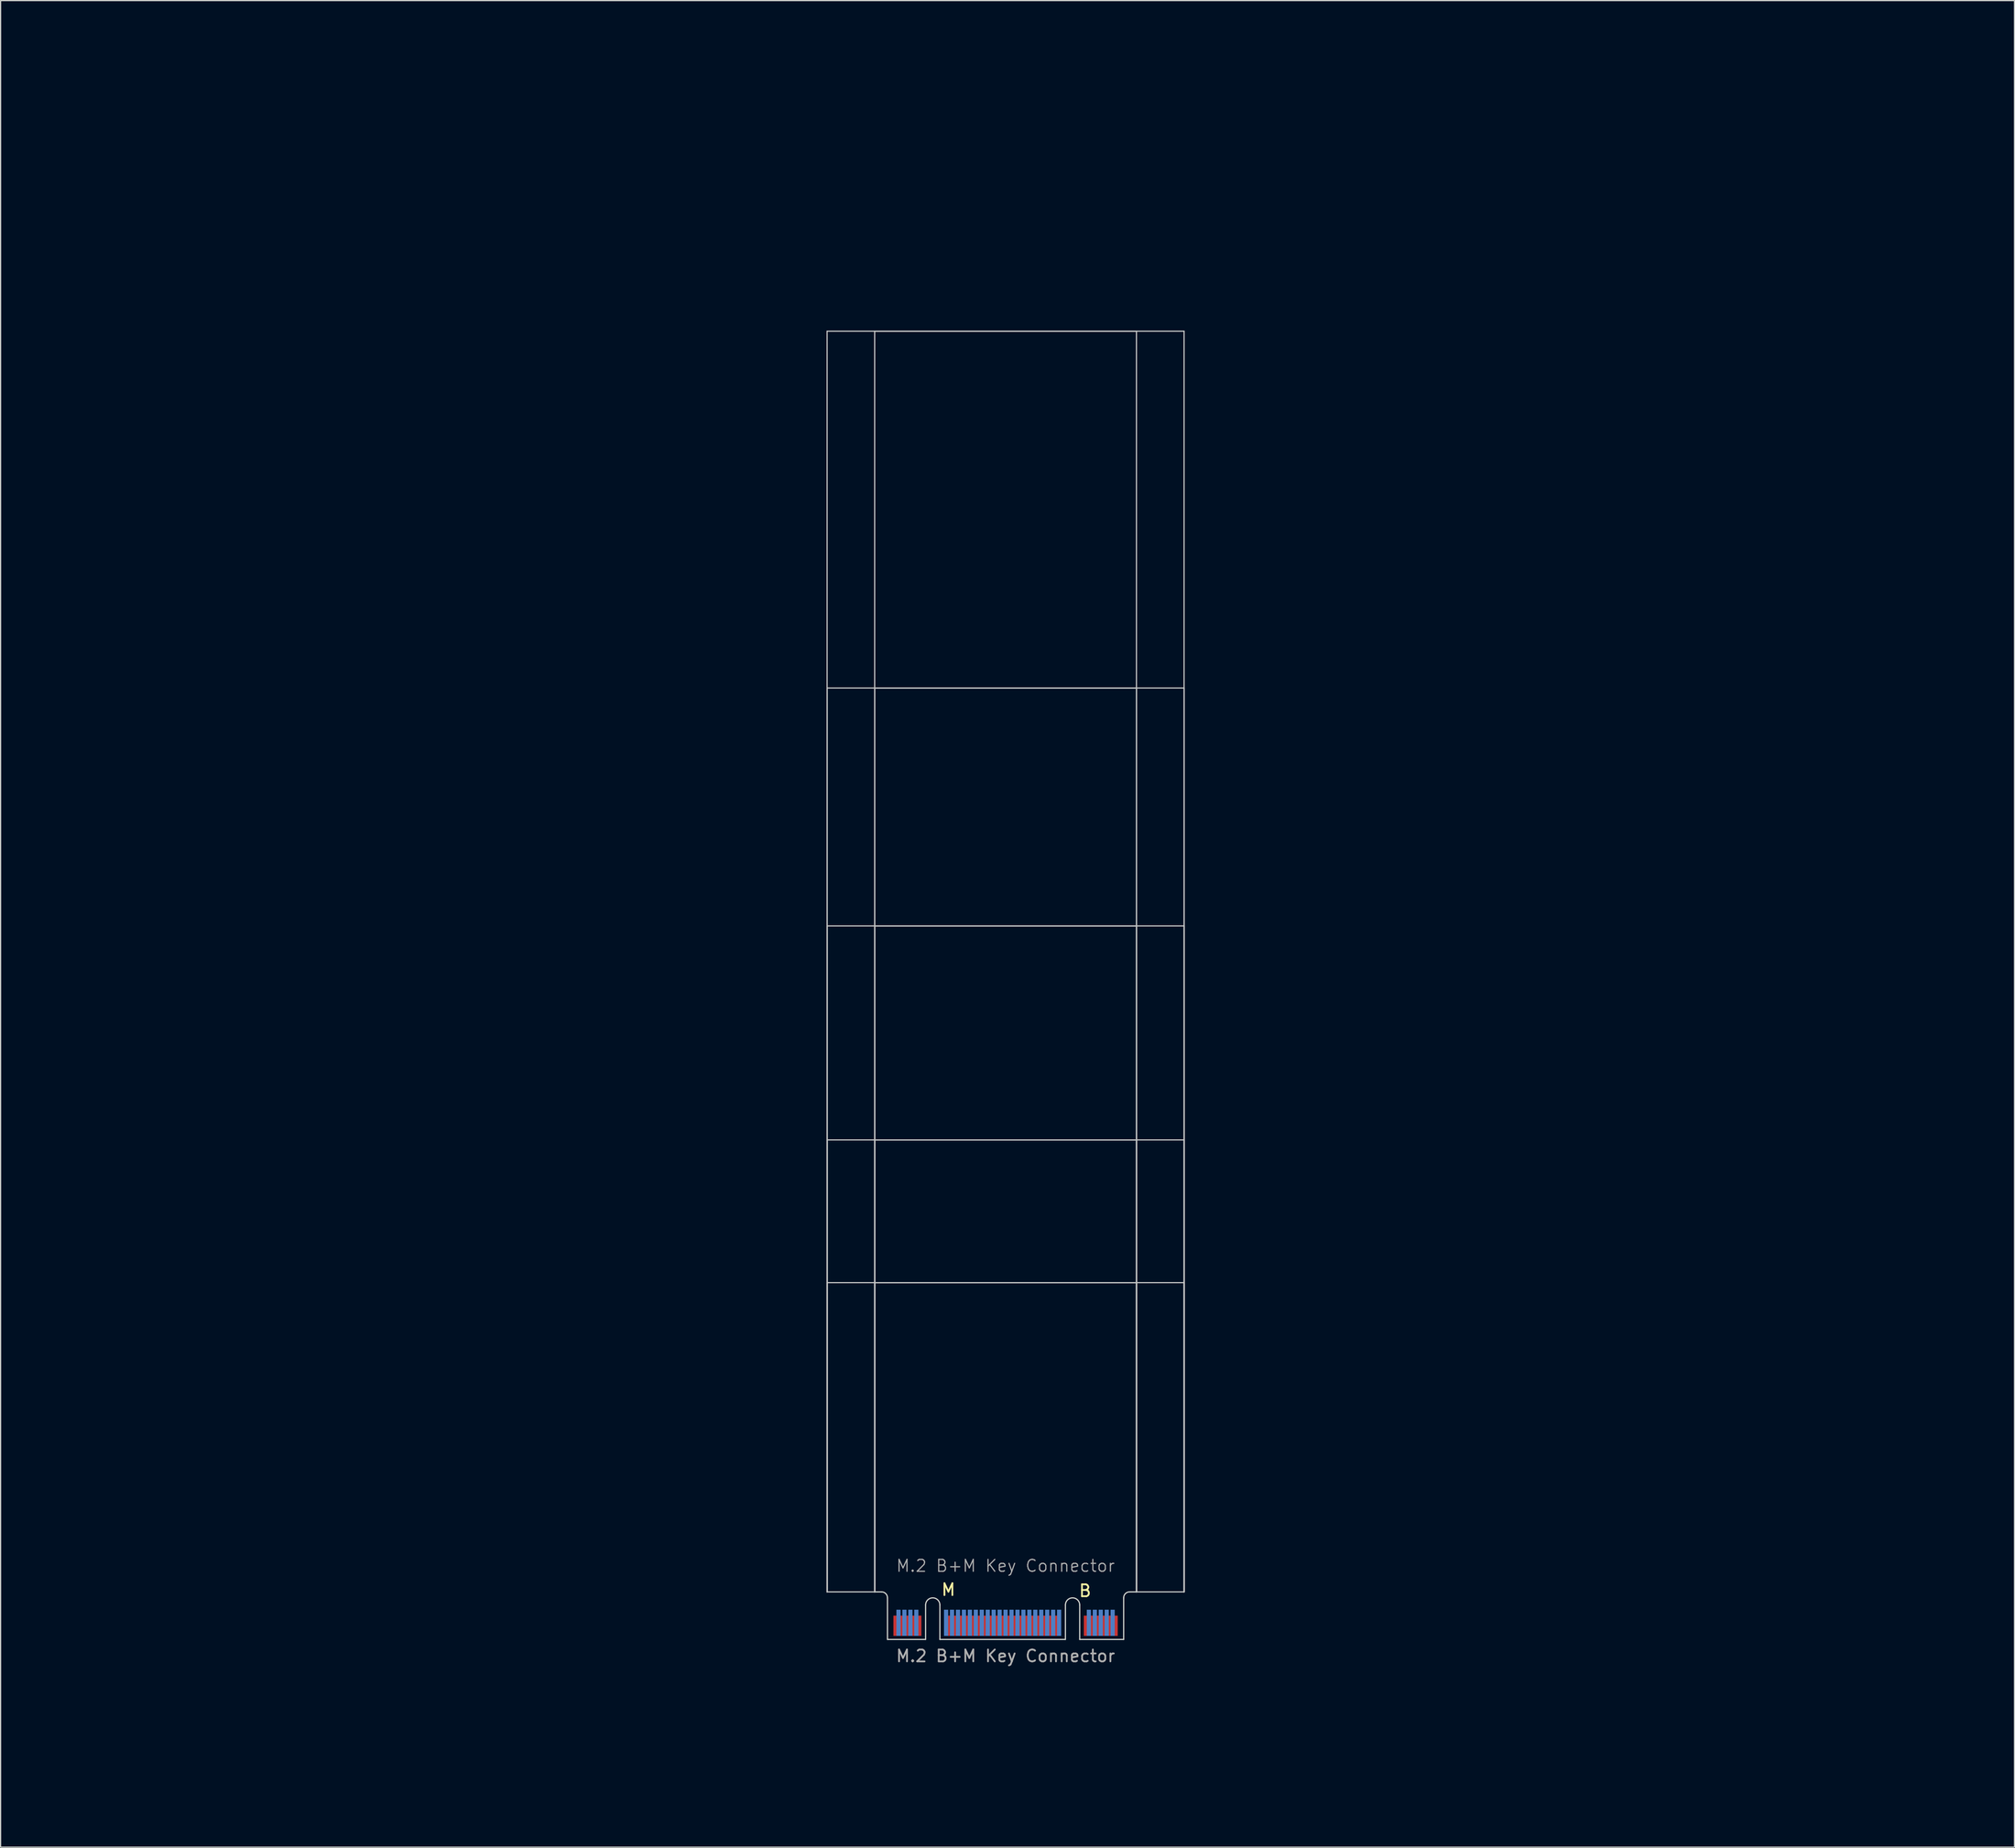
<source format=kicad_pcb>
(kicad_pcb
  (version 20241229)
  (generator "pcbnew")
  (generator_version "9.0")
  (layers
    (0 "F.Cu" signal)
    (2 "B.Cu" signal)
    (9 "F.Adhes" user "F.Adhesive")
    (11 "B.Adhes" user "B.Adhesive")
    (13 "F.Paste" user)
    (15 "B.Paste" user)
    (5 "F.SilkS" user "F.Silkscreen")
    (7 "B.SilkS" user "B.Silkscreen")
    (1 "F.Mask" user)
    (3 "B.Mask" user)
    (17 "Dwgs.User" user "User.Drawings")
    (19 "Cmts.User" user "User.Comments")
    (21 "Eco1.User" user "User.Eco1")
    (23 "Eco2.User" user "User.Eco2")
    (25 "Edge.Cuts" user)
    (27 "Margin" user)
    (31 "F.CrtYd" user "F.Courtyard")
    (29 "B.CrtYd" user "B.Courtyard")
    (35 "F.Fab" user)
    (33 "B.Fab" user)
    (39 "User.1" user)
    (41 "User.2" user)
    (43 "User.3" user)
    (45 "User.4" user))
  (footprint "M.2 B+M Key Connector"
    (layer "F.Cu")
    (at 81.459 133.687)
    (property "Reference" "M.2 B+M Key Connector" (at 0 -5.08 0) (unlocked yes) (layer "F.Fab") (effects (font (size 1 1) (thickness 0.1))))
    (attr exclude_from_pos_files exclude_from_bom)
    (fp_rect (start -9.925 -0.94) (end 9.925 1.11) (stroke (width 0) (type default)) (fill yes) (layer "F.Mask"))
    (fp_rect (start -9.925 -1.44) (end 9.925 1.11) (stroke (width 0) (type default)) (fill yes) (layer "B.Mask"))
    (fp_line (start -15 -108.89) (end 15 -108.89) (stroke (width 0.1) (type default)) (layer "Dwgs.User"))
    (fp_line (start -15 -78.89) (end 15 -78.89) (stroke (width 0.1) (type default)) (layer "Dwgs.User"))
    (fp_line (start -15 -58.89) (end 15 -58.89) (stroke (width 0.1) (type default)) (layer "Dwgs.User"))
    (fp_line (start -15 -40.89) (end 15 -40.89) (stroke (width 0.1) (type default)) (layer "Dwgs.User"))
    (fp_line (start -15 -28.89) (end 15 -28.89) (stroke (width 0.1) (type default)) (layer "Dwgs.User"))
    (fp_line (start -15 -2.89) (end -15 -108.89) (stroke (width 0.1) (type default)) (layer "Dwgs.User"))
    (fp_line (start -15 -2.89) (end -15 -78.89) (stroke (width 0.1) (type default)) (layer "Dwgs.User"))
    (fp_line (start -15 -2.89) (end -15 -58.89) (stroke (width 0.1) (type default)) (layer "Dwgs.User"))
    (fp_line (start -15 -2.89) (end -15 -40.89) (stroke (width 0.1) (type default)) (layer "Dwgs.User"))
    (fp_line (start -15 -2.89) (end -15 -28.89) (stroke (width 0.1) (type default)) (layer "Dwgs.User"))
    (fp_line (start -11 -108.89) (end 11 -108.89) (stroke (width 0.1) (type default)) (layer "Dwgs.User"))
    (fp_line (start -11 -78.89) (end 11 -78.89) (stroke (width 0.1) (type default)) (layer "Dwgs.User"))
    (fp_line (start -11 -58.89) (end 11 -58.89) (stroke (width 0.1) (type default)) (layer "Dwgs.User"))
    (fp_line (start -11 -40.89) (end 11 -40.89) (stroke (width 0.1) (type default)) (layer "Dwgs.User"))
    (fp_line (start -11 -28.89) (end 11 -28.89) (stroke (width 0.1) (type default)) (layer "Dwgs.User"))
    (fp_line (start -11 -2.89) (end -15 -2.89) (stroke (width 0.1) (type default)) (layer "Dwgs.User"))
    (fp_line (start -11 -2.89) (end -11 -108.89) (stroke (width 0.1) (type default)) (layer "Dwgs.User"))
    (fp_line (start -11 -2.89) (end -11 -78.89) (stroke (width 0.1) (type default)) (layer "Dwgs.User"))
    (fp_line (start -11 -2.89) (end -11 -58.89) (stroke (width 0.1) (type default)) (layer "Dwgs.User"))
    (fp_line (start -11 -2.89) (end -11 -40.89) (stroke (width 0.1) (type default)) (layer "Dwgs.User"))
    (fp_line (start -11 -2.89) (end -11 -28.89) (stroke (width 0.1) (type default)) (layer "Dwgs.User"))
    (fp_line (start 11 -108.89) (end 11 -2.89) (stroke (width 0.1) (type default)) (layer "Dwgs.User"))
    (fp_line (start 11 -78.89) (end 11 -2.89) (stroke (width 0.1) (type default)) (layer "Dwgs.User"))
    (fp_line (start 11 -58.89) (end 11 -2.89) (stroke (width 0.1) (type default)) (layer "Dwgs.User"))
    (fp_line (start 11 -40.89) (end 11 -2.89) (stroke (width 0.1) (type default)) (layer "Dwgs.User"))
    (fp_line (start 11 -28.89) (end 11 -2.89) (stroke (width 0.1) (type default)) (layer "Dwgs.User"))
    (fp_line (start 11 -2.89) (end 15 -2.89) (stroke (width 0.1) (type default)) (layer "Dwgs.User"))
    (fp_line (start 15 -108.89) (end 15 -2.89) (stroke (width 0.1) (type default)) (layer "Dwgs.User"))
    (fp_line (start 15 -78.89) (end 15 -2.89) (stroke (width 0.1) (type default)) (layer "Dwgs.User"))
    (fp_line (start 15 -40.89) (end 15 -2.89) (stroke (width 0.1) (type default)) (layer "Dwgs.User"))
    (fp_line (start 15 -28.89) (end 15 -2.89) (stroke (width 0.1) (type default)) (layer "Dwgs.User"))
    (fp_line (start 15 -2.89) (end 15 -58.89) (stroke (width 0.1) (type default)) (layer "Dwgs.User"))
    (fp_line (start -11 -2.89) (end -10.425 -2.89) (stroke (width 0.1) (type default)) (layer "Edge.Cuts"))
    (fp_line (start -9.925 -2.39) (end -9.925 1.11) (stroke (width 0.1) (type default)) (layer "Edge.Cuts"))
    (fp_line (start -6.72 -1.79) (end -6.72 1.11) (stroke (width 0.1) (type default)) (layer "Edge.Cuts"))
    (fp_line (start -6.72 1.11) (end -9.925 1.11) (stroke (width 0.1) (type default)) (layer "Edge.Cuts"))
    (fp_line (start -5.52 -1.79) (end -5.52 1.11) (stroke (width 0.1) (type default)) (layer "Edge.Cuts"))
    (fp_line (start -5.52 1.11) (end 5.03 1.11) (stroke (width 0.1) (type default)) (layer "Edge.Cuts"))
    (fp_line (start 5.03 -1.79) (end 5.03 1.11) (stroke (width 0.1) (type default)) (layer "Edge.Cuts"))
    (fp_line (start 6.23 -1.79) (end 6.23 1.11) (stroke (width 0.1) (type default)) (layer "Edge.Cuts"))
    (fp_line (start 6.23 1.11) (end 9.925 1.11) (stroke (width 0.1) (type default)) (layer "Edge.Cuts"))
    (fp_line (start 9.925 -2.39) (end 9.925 1.11) (stroke (width 0.1) (type default)) (layer "Edge.Cuts"))
    (fp_line (start 10.425 -2.89) (end 11 -2.89) (stroke (width 0.1) (type default)) (layer "Edge.Cuts"))
    (fp_arc (start -10.425 -2.89) (mid -10.071447 -2.743553) (end -9.925 -2.39) (stroke (width 0.1) (type default)) (layer "Edge.Cuts"))
    (fp_arc (start -6.72 -1.79) (mid -6.12 -2.39) (end -5.52 -1.79) (stroke (width 0.1) (type default)) (layer "Edge.Cuts"))
    (fp_arc (start 5.03 -1.79) (mid 5.63 -2.39) (end 6.23 -1.79) (stroke (width 0.1) (type default)) (layer "Edge.Cuts"))
    (fp_arc (start 9.925 -2.39) (mid 10.071447 -2.743553) (end 10.425 -2.89) (stroke (width 0.1) (type default)) (layer "Edge.Cuts"))
    (fp_line (start -0.71 -109.6) (end 0.71 -108.18) (stroke (width 0.15) (type default)) (layer "User.3"))
    (fp_line (start -0.71 -79.6) (end 0.71 -78.18) (stroke (width 0.15) (type default)) (layer "User.3"))
    (fp_line (start -0.71 -59.6) (end 0.71 -58.18) (stroke (width 0.15) (type default)) (layer "User.3"))
    (fp_line (start -0.71 -41.6) (end 0.71 -40.18) (stroke (width 0.15) (type default)) (layer "User.3"))
    (fp_line (start -0.71 -29.6) (end 0.71 -28.18) (stroke (width 0.15) (type default)) (layer "User.3"))
    (fp_line (start 0.71 -109.6) (end -0.71 -108.18) (stroke (width 0.15) (type default)) (layer "User.3"))
    (fp_line (start 0.71 -79.6) (end -0.71 -78.18) (stroke (width 0.15) (type default)) (layer "User.3"))
    (fp_line (start 0.71 -59.6) (end -0.71 -58.18) (stroke (width 0.15) (type default)) (layer "User.3"))
    (fp_line (start 0.71 -41.6) (end -0.71 -40.18) (stroke (width 0.15) (type default)) (layer "User.3"))
    (fp_line (start 0.71 -29.6) (end -0.71 -28.18) (stroke (width 0.15) (type default)) (layer "User.3"))
    (fp_rect (start -15 -108.89) (end 15 -105.09) (stroke (width 0.1) (type default)) (fill no) (layer "User.4"))
    (fp_rect (start -15 -78.89) (end 15 -75.09) (stroke (width 0.1) (type default)) (fill no) (layer "User.4"))
    (fp_rect (start -15 -58.89) (end 15 -55.09) (stroke (width 0.1) (type default)) (fill no) (layer "User.4"))
    (fp_rect (start -15 -40.89) (end 15 -37.09) (stroke (width 0.1) (type default)) (fill no) (layer "User.4"))
    (fp_rect (start -15 -28.89) (end 15 -25.09) (stroke (width 0.1) (type default)) (fill no) (layer "User.4"))
    (fp_text user "B" (at 6.085 -2.395 0) (unlocked yes) (layer "F.SilkS") (effects (font (size 1 1) (thickness 0.15)) (justify left bottom)))
    (fp_text user "M" (at -5.475 -2.49 0) (unlocked yes) (layer "F.SilkS") (effects (font (size 1 1) (thickness 0.15)) (justify left bottom)))
    (fp_text user "${REFERENCE}" (at 0 2.5 0) (unlocked yes) (layer "F.Fab") (effects (font (size 1 1) (thickness 0.15))))
    (fp_text user "22, 30mm width and 30, 42, 60, 80, 110mm length shown in Blue (User.2 Layer)" (at 0.02 14.055 0) (unlocked yes) (layer "User.2") (effects (font (size 2 2) (thickness 0.2))))
    (fp_text user "Place grounded \"M.2 Mounting Pad\" footprint from library on Teal (User.3 Layer) X's" (at -0.13 9.4 0) (unlocked yes) (layer "User.3") (effects (font (size 2 2) (thickness 0.2))))
    (fp_text user "Yellow areas (User.4 Layer) reserverd for RF recepticals or for components when no RF recepticals used." (at 0.165 4.83 0) (unlocked yes) (layer "User.4") (effects (font (size 2 2) (thickness 0.2))))
    (dimension (type orthogonal) (layer "User.2") (pts (xy 91.384 134.797) (xy 91.384 74.797)) (height 45.245) (orientation 1) (format (prefix "") (suffix "") (units 3) (units_format 0) (precision 4) (suppress_zeroes yes)) (style (thickness 0.1) (arrow_length 1.27) (text_position_mode 0) (arrow_direction outward) (extension_height 0.586) (extension_offset 0.5) (keep_text_aligned yes)) (gr_text "60" (at 133.329 104.797 90) (layer "User.2") (effects (font (size 3 3) (thickness 0.3)))))
    (dimension (type orthogonal) (layer "User.2") (pts (xy 91.369 134.797) (xy 91.369 54.797)) (height 58.985) (orientation 1) (format (prefix "") (suffix "") (units 3) (units_format 0) (precision 4) (suppress_zeroes yes)) (style (thickness 0.1) (arrow_length 1.27) (text_position_mode 0) (arrow_direction outward) (extension_height 0.586) (extension_offset 0.5) (keep_text_aligned yes)) (gr_text "80" (at 147.054 94.797 90) (layer "User.2") (effects (font (size 3 3) (thickness 0.3)))))
    (dimension (type orthogonal) (layer "User.2") (pts (xy 91.384 134.797) (xy 91.384 24.797)) (height 69.74) (orientation 1) (format (prefix "") (suffix "") (units 3) (units_format 0) (precision 4) (suppress_zeroes yes)) (style (thickness 0.1) (arrow_length 1.27) (text_position_mode 0) (arrow_direction outward) (extension_height 0.586) (extension_offset 0.5) (keep_text_aligned yes)) (gr_text "110" (at 157.824 79.797 90) (layer "User.2") (effects (font (size 3 3) (thickness 0.3)))))
    (dimension (type orthogonal) (layer "User.2") (pts (xy 70.459 24.797) (xy 92.459 24.797)) (height -12.48) (orientation 0) (format (prefix "") (suffix "") (units 3) (units_format 0) (precision 4) (suppress_zeroes yes)) (style (thickness 0.1) (arrow_length 1.27) (text_position_mode 0) (arrow_direction outward) (extension_height 0.586) (extension_offset 0.5) (keep_text_aligned yes)) (gr_text "22" (at 81.459 8.917 0) (layer "User.2") (effects (font (size 3 3) (thickness 0.4)))))
    (dimension (type orthogonal) (layer "User.2") (pts (xy 91.384 134.797) (xy 91.384 104.797)) (height 20.795) (orientation 1) (format (prefix "") (suffix "") (units 3) (units_format 0) (precision 4) (suppress_zeroes yes)) (style (thickness 0.1) (arrow_length 1.27) (text_position_mode 0) (arrow_direction outward) (extension_height 0.586) (extension_offset 0.5) (keep_text_aligned yes)) (gr_text "30" (at 108.879 119.797 90) (layer "User.2") (effects (font (size 3 3) (thickness 0.3)))))
    (dimension (type orthogonal) (layer "User.2") (pts (xy 91.384 134.797) (xy 91.384 92.797)) (height 32.695) (orientation 1) (format (prefix "") (suffix "") (units 3) (units_format 0) (precision 4) (suppress_zeroes yes)) (style (thickness 0.1) (arrow_length 1.27) (text_position_mode 0) (arrow_direction outward) (extension_height 0.586) (extension_offset 0.5) (keep_text_aligned yes)) (gr_text "42" (at 120.779 113.797 90) (layer "User.2") (effects (font (size 3 3) (thickness 0.3)))))
    (dimension (type orthogonal) (layer "User.2") (pts (xy 66.459 23.687) (xy 96.459 23.687)) (height -17.83) (orientation 0) (format (prefix "") (suffix "") (units 3) (units_format 0) (precision 4) (suppress_zeroes yes)) (style (thickness 0.1) (arrow_length 1.27) (text_position_mode 0) (arrow_direction outward) (extension_height 0.586) (extension_offset 0.5) (keep_text_aligned yes)) (gr_text "30" (at 81.459 2.457 0) (layer "User.2") (effects (font (size 3 3) (thickness 0.4)))))
    (pad "1" smd rect (at 9.25 -0.04 180) (size 0.35 1.7) (layers "F.Cu"))
    (pad "2" smd rect (at 9 -0.29 180) (size 0.35 2.2) (layers "B.Cu"))
    (pad "3" smd rect (at 8.75 -0.04 180) (size 0.35 1.7) (layers "F.Cu"))
    (pad "4" smd rect (at 8.5 -0.29 180) (size 0.35 2.2) (layers "B.Cu"))
    (pad "5" smd rect (at 8.25 -0.04 180) (size 0.35 1.7) (layers "F.Cu"))
    (pad "6" smd rect (at 8 -0.29 180) (size 0.35 2.2) (layers "B.Cu"))
    (pad "7" smd rect (at 7.75 -0.04 180) (size 0.35 1.7) (layers "F.Cu"))
    (pad "8" smd rect (at 7.5 -0.29 180) (size 0.35 2.2) (layers "B.Cu"))
    (pad "9" smd rect (at 7.25 -0.04 180) (size 0.35 1.7) (layers "F.Cu"))
    (pad "10" smd rect (at 7 -0.29 180) (size 0.35 2.2) (layers "B.Cu"))
    (pad "11" smd rect (at 6.75 -0.04 180) (size 0.35 1.7) (layers "F.Cu"))
    (pad "20" smd rect (at 4.5 -0.29 180) (size 0.35 2.2) (layers "B.Cu"))
    (pad "21" smd rect (at 4.25 -0.04 180) (size 0.35 1.7) (layers "F.Cu"))
    (pad "22" smd rect (at 4 -0.29 180) (size 0.35 2.2) (layers "B.Cu"))
    (pad "23" smd rect (at 3.75 -0.04 180) (size 0.35 1.7) (layers "F.Cu"))
    (pad "24" smd rect (at 3.5 -0.29 180) (size 0.35 2.2) (layers "B.Cu"))
    (pad "25" smd rect (at 3.25 -0.04 180) (size 0.35 1.7) (layers "F.Cu"))
    (pad "26" smd rect (at 3 -0.29 180) (size 0.35 2.2) (layers "B.Cu"))
    (pad "27" smd rect (at 2.75 -0.04 180) (size 0.35 1.7) (layers "F.Cu"))
    (pad "28" smd rect (at 2.5 -0.29 180) (size 0.35 2.2) (layers "B.Cu"))
    (pad "29" smd rect (at 2.25 -0.04 180) (size 0.35 1.7) (layers "F.Cu"))
    (pad "30" smd rect (at 2 -0.29 180) (size 0.35 2.2) (layers "B.Cu"))
    (pad "31" smd rect (at 1.75 -0.04 180) (size 0.35 1.7) (layers "F.Cu"))
    (pad "32" smd rect (at 1.5 -0.29 180) (size 0.35 2.2) (layers "B.Cu"))
    (pad "33" smd rect (at 1.25 -0.04 180) (size 0.35 1.7) (layers "F.Cu"))
    (pad "34" smd rect (at 1 -0.29 180) (size 0.35 2.2) (layers "B.Cu"))
    (pad "35" smd rect (at 0.75 -0.04 180) (size 0.35 1.7) (layers "F.Cu"))
    (pad "36" smd rect (at 0.5 -0.29 180) (size 0.35 2.2) (layers "B.Cu"))
    (pad "37" smd rect (at 0.25 -0.04 180) (size 0.35 1.7) (layers "F.Cu"))
    (pad "38" smd rect (at 0 -0.29 180) (size 0.35 2.2) (layers "B.Cu"))
    (pad "39" smd rect (at -0.25 -0.04 180) (size 0.35 1.7) (layers "F.Cu"))
    (pad "40" smd rect (at -0.5 -0.29 180) (size 0.35 2.2) (layers "B.Cu"))
    (pad "41" smd rect (at -0.75 -0.04 180) (size 0.35 1.7) (layers "F.Cu"))
    (pad "42" smd rect (at -1 -0.29 180) (size 0.35 2.2) (layers "B.Cu"))
    (pad "43" smd rect (at -1.25 -0.04 180) (size 0.35 1.7) (layers "F.Cu"))
    (pad "44" smd rect (at -1.5 -0.29 180) (size 0.35 2.2) (layers "B.Cu"))
    (pad "45" smd rect (at -1.75 -0.04 180) (size 0.35 1.7) (layers "F.Cu"))
    (pad "46" smd rect (at -2 -0.29 180) (size 0.35 2.2) (layers "B.Cu"))
    (pad "47" smd rect (at -2.25 -0.04 180) (size 0.35 1.7) (layers "F.Cu"))
    (pad "48" smd rect (at -2.5 -0.29 180) (size 0.35 2.2) (layers "B.Cu"))
    (pad "49" smd rect (at -2.75 -0.04 180) (size 0.35 1.7) (layers "F.Cu"))
    (pad "50" smd rect (at -3 -0.29 180) (size 0.35 2.2) (layers "B.Cu"))
    (pad "51" smd rect (at -3.25 -0.04 180) (size 0.35 1.7) (layers "F.Cu"))
    (pad "52" smd rect (at -3.5 -0.29 180) (size 0.35 2.2) (layers "B.Cu"))
    (pad "53" smd rect (at -3.75 -0.04 180) (size 0.35 1.7) (layers "F.Cu"))
    (pad "54" smd rect (at -4 -0.29 180) (size 0.35 2.2) (layers "B.Cu"))
    (pad "55" smd rect (at -4.25 -0.04 180) (size 0.35 1.7) (layers "F.Cu"))
    (pad "56" smd rect (at -4.5 -0.29 180) (size 0.35 2.2) (layers "B.Cu"))
    (pad "57" smd rect (at -4.75 -0.04 180) (size 0.35 1.7) (layers "F.Cu"))
    (pad "58" smd rect (at -5 -0.29 180) (size 0.35 2.2) (layers "B.Cu"))
    (pad "67" smd rect (at -7.25 -0.04 180) (size 0.35 1.7) (layers "F.Cu"))
    (pad "68" smd rect (at -7.5 -0.29 180) (size 0.35 2.2) (layers "B.Cu"))
    (pad "69" smd rect (at -7.75 -0.04 180) (size 0.35 1.7) (layers "F.Cu"))
    (pad "70" smd rect (at -8 -0.29 180) (size 0.35 2.2) (layers "B.Cu"))
    (pad "71" smd rect (at -8.25 -0.04 180) (size 0.35 1.7) (layers "F.Cu"))
    (pad "72" smd rect (at -8.5 -0.29 180) (size 0.35 2.2) (layers "B.Cu"))
    (pad "73" smd rect (at -8.75 -0.04 180) (size 0.35 1.7) (layers "F.Cu"))
    (pad "74" smd rect (at -9 -0.29 180) (size 0.35 2.2) (layers "B.Cu"))
    (pad "75" smd rect (at -9.25 -0.04 180) (size 0.35 1.7) (layers "F.Cu"))
    (zone (net_name "") (layer "F.Cu") (name "Front Component Keepout") (hatch edge 0.5) (connect_pads) (min_thickness 0.25) (filled_areas_thickness no) (keepout (tracks allowed) (vias allowed) (pads not_allowed) (copperpour allowed) (footprints not_allowed)) (placement (enabled no)) (fill) (polygon (pts (xy 92.459 130.797) (xy 92.459 134.797) (xy 70.459 134.797) (xy 70.459 130.797))))
    (zone (net_name "") (layer "B.Cu") (name "Rear Component Keepout") (hatch full 0.5) (connect_pads) (min_thickness 0.25) (filled_areas_thickness no) (keepout (tracks allowed) (vias allowed) (pads not_allowed) (copperpour allowed) (footprints not_allowed)) (placement (enabled no)) (fill) (polygon (pts (xy 96.459 134.797) (xy 96.459 129.597) (xy 66.459 129.597) (xy 66.459 134.797)))))
  (gr_rect
    (start -3 -3)
    (end 166.248 152.263)
    (stroke (width 0.1) (type default))
    (fill no)
    (layer "Edge.Cuts")))
</source>
